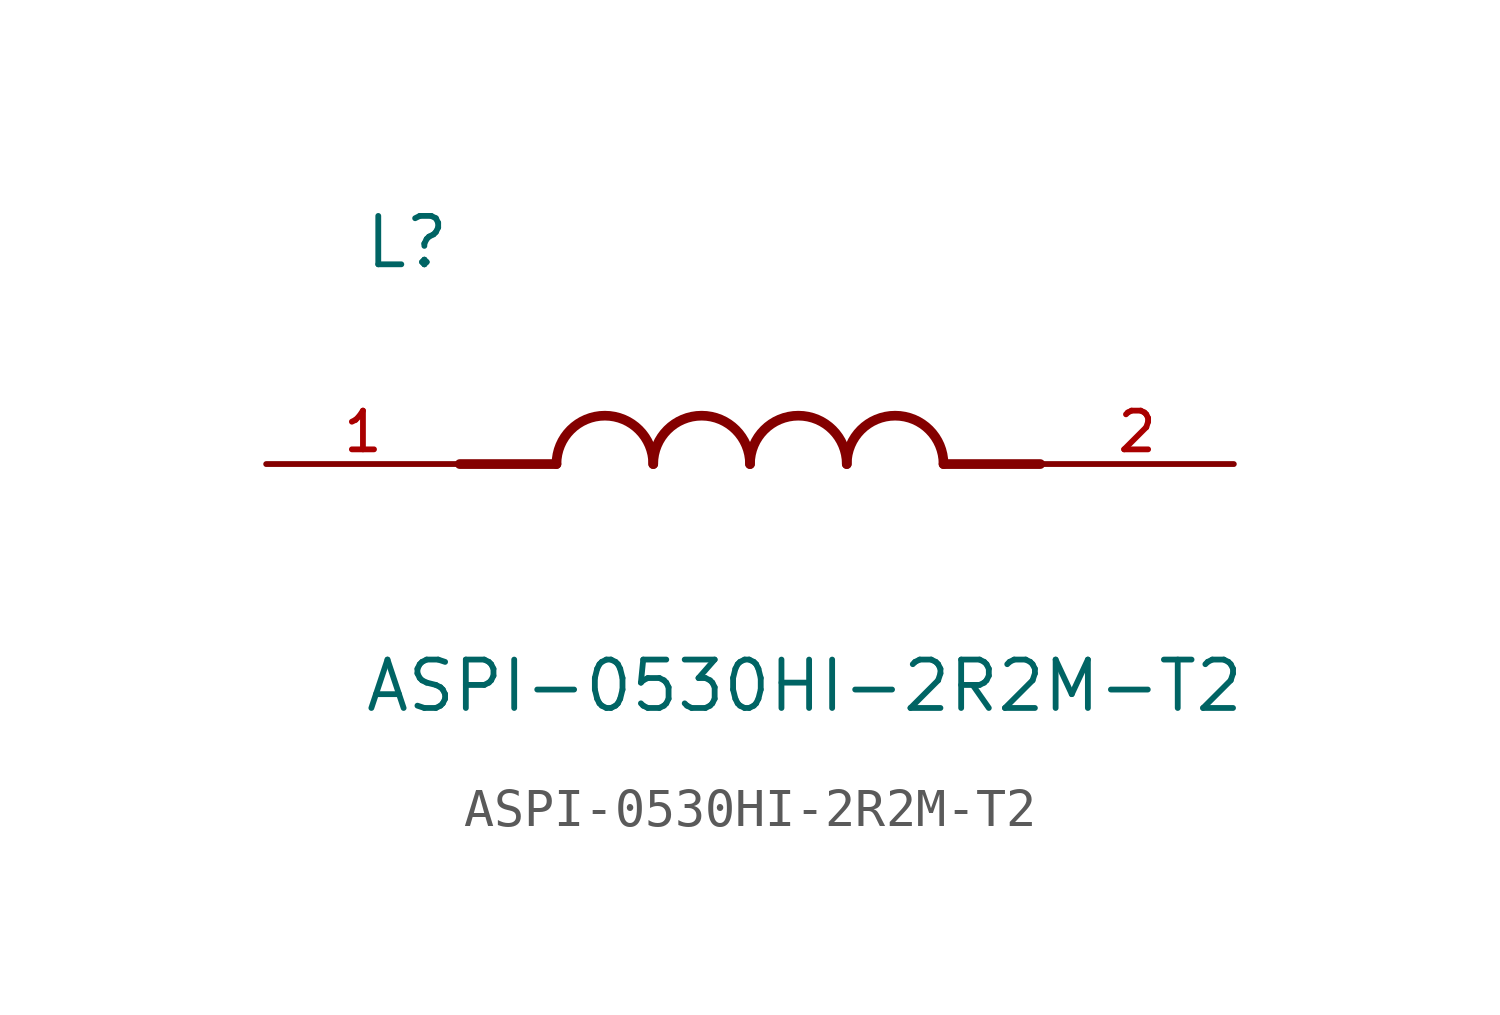
<source format=kicad_sym>
(kicad_symbol_lib
  (version 20211014)
  (generator kicad_symbol_editor)
  (symbol "ASPI-0530HI-2R2M-T2"
    (pin_names
      (offset 1.016))
    (property "Reference" "L"
      (at -10.16 5.08 0)
      (effects (font (size 1.27 1.27)) (justify bottom left)))
    (property "Value" "ASPI-0530HI-2R2M-T2"
      (at -10.16 -5.08 0)
      (effects (font (size 1.27 1.27)) (justify top left)))
    (symbol "ASPI-0530HI-2R2M-T2_0_0"
      (polyline (pts (xy -5.08 0.0) (xy -7.62 0.0)) (stroke (width 0.254)))
      (polyline (pts (xy 5.08 0.0) (xy 7.62 0.0)) (stroke (width 0.254)))
      (arc (start -2.54 0.0) (mid -3.81 1.27) (end -5.08 0.0) (stroke (width 0.254) (type default) (color 0 0 0 0)) (fill (type none)))
      (arc (start 0.0 0.0) (mid -1.27 1.27) (end -2.54 0.0) (stroke (width 0.254) (type default) (color 0 0 0 0)) (fill (type none)))
      (arc (start 2.54 0.0) (mid 1.27 1.27) (end 0.0 0.0) (stroke (width 0.254) (type default) (color 0 0 0 0)) (fill (type none)))
      (arc (start 5.08 0.0) (mid 3.81 1.27) (end 2.54 0.0) (stroke (width 0.254) (type default) (color 0 0 0 0)) (fill (type none)))
      (pin passive line (at -12.7 0.0 0) (length 5.08) (name "~" (effects (font (size 1.016 1.016)))) (number "1" (effects (font (size 1.016 1.016)))))
      (pin passive line (at 12.7 0.0 180.0) (length 5.08) (name "~" (effects (font (size 1.016 1.016)))) (number "2" (effects (font (size 1.016 1.016))))))))
</source>
